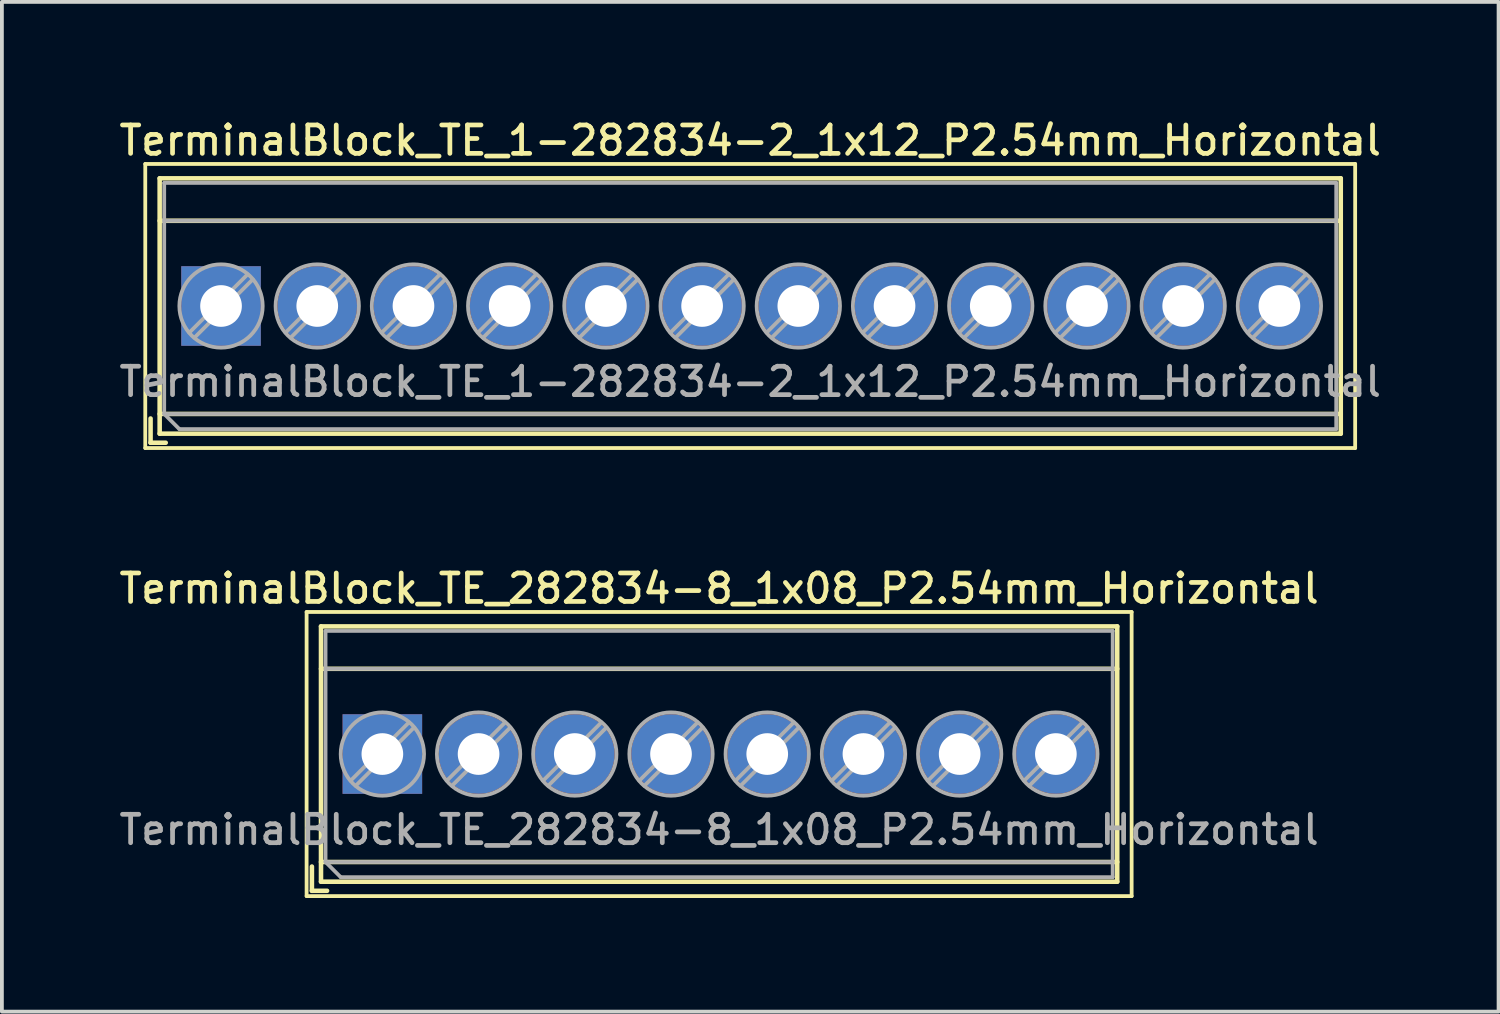
<source format=kicad_pcb>
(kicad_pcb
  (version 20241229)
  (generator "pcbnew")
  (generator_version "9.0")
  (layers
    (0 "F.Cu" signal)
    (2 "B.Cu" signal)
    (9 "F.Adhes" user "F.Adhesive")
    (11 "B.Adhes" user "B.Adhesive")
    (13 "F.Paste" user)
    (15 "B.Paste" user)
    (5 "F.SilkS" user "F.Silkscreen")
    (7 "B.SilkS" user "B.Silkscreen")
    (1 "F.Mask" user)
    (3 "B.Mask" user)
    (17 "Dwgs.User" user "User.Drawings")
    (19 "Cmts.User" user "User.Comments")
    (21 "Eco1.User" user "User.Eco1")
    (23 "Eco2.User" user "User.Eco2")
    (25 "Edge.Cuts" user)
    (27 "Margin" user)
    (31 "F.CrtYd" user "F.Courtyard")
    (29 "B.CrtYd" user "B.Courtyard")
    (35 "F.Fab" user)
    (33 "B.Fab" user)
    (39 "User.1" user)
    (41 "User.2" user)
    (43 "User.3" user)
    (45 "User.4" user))
  (footprint "TerminalBlock_TE_282834-8_1x08_P2.54mm_Horizontal"
    (layer "F.Cu")
    (at 7.044 16.856)
    (property "Reference" "TerminalBlock_TE_282834-8_1x08_P2.54mm_Horizontal" (at 8.89 -4.37 0) (layer "F.SilkS") (effects (font (size 0.75 0.75) (thickness 0.125))))
    (attr through_hole)
    (fp_line (start -2 -3.75) (end -2 3.75) (stroke (width 0.1) (type solid)) (layer "F.SilkS"))
    (fp_line (start -2 3.75) (end 19.78 3.75) (stroke (width 0.1) (type solid)) (layer "F.SilkS"))
    (fp_line (start -1.86 2.97) (end -1.86 3.61) (stroke (width 0.12) (type solid)) (layer "F.SilkS"))
    (fp_line (start -1.86 3.61) (end -1.46 3.61) (stroke (width 0.12) (type solid)) (layer "F.SilkS"))
    (fp_line (start -1.62 -3.37) (end -1.62 3.37) (stroke (width 0.12) (type solid)) (layer "F.SilkS"))
    (fp_line (start -1.62 -3.37) (end 19.4 -3.37) (stroke (width 0.12) (type solid)) (layer "F.SilkS"))
    (fp_line (start -1.62 -2.25) (end 19.4 -2.25) (stroke (width 0.12) (type solid)) (layer "F.SilkS"))
    (fp_line (start -1.62 2.85) (end 19.4 2.85) (stroke (width 0.12) (type solid)) (layer "F.SilkS"))
    (fp_line (start -1.62 3.37) (end 19.4 3.37) (stroke (width 0.12) (type solid)) (layer "F.SilkS"))
    (fp_line (start 19.4 -3.37) (end 19.4 3.37) (stroke (width 0.12) (type solid)) (layer "F.SilkS"))
    (fp_line (start 19.78 -3.75) (end -2 -3.75) (stroke (width 0.1) (type solid)) (layer "F.SilkS"))
    (fp_line (start 19.78 3.75) (end 19.78 -3.75) (stroke (width 0.1) (type solid)) (layer "F.SilkS"))
    (fp_line (start -1.5 -3.25) (end 19.28 -3.25) (stroke (width 0.1) (type solid)) (layer "F.Fab"))
    (fp_line (start -1.5 -2.25) (end 19.28 -2.25) (stroke (width 0.1) (type solid)) (layer "F.Fab"))
    (fp_line (start -1.5 2.85) (end -1.5 -3.25) (stroke (width 0.1) (type solid)) (layer "F.Fab"))
    (fp_line (start -1.5 2.85) (end 19.28 2.85) (stroke (width 0.1) (type solid)) (layer "F.Fab"))
    (fp_line (start -1.1 3.25) (end -1.5 2.85) (stroke (width 0.1) (type solid)) (layer "F.Fab"))
    (fp_line (start 0.701 -0.835) (end -0.835 0.7) (stroke (width 0.1) (type solid)) (layer "F.Fab"))
    (fp_line (start 0.835 -0.7) (end -0.701 0.835) (stroke (width 0.1) (type solid)) (layer "F.Fab"))
    (fp_line (start 3.241 -0.835) (end 1.706 0.7) (stroke (width 0.1) (type solid)) (layer "F.Fab"))
    (fp_line (start 3.375 -0.7) (end 1.84 0.835) (stroke (width 0.1) (type solid)) (layer "F.Fab"))
    (fp_line (start 5.781 -0.835) (end 4.246 0.7) (stroke (width 0.1) (type solid)) (layer "F.Fab"))
    (fp_line (start 5.915 -0.7) (end 4.38 0.835) (stroke (width 0.1) (type solid)) (layer "F.Fab"))
    (fp_line (start 8.321 -0.835) (end 6.786 0.7) (stroke (width 0.1) (type solid)) (layer "F.Fab"))
    (fp_line (start 8.455 -0.7) (end 6.92 0.835) (stroke (width 0.1) (type solid)) (layer "F.Fab"))
    (fp_line (start 10.861 -0.835) (end 9.326 0.7) (stroke (width 0.1) (type solid)) (layer "F.Fab"))
    (fp_line (start 10.995 -0.7) (end 9.46 0.835) (stroke (width 0.1) (type solid)) (layer "F.Fab"))
    (fp_line (start 13.401 -0.835) (end 11.866 0.7) (stroke (width 0.1) (type solid)) (layer "F.Fab"))
    (fp_line (start 13.535 -0.7) (end 12 0.835) (stroke (width 0.1) (type solid)) (layer "F.Fab"))
    (fp_line (start 15.941 -0.835) (end 14.406 0.7) (stroke (width 0.1) (type solid)) (layer "F.Fab"))
    (fp_line (start 16.075 -0.7) (end 14.54 0.835) (stroke (width 0.1) (type solid)) (layer "F.Fab"))
    (fp_line (start 18.481 -0.835) (end 16.946 0.7) (stroke (width 0.1) (type solid)) (layer "F.Fab"))
    (fp_line (start 18.615 -0.7) (end 17.08 0.835) (stroke (width 0.1) (type solid)) (layer "F.Fab"))
    (fp_line (start 19.28 -3.25) (end 19.28 3.25) (stroke (width 0.1) (type solid)) (layer "F.Fab"))
    (fp_line (start 19.28 3.25) (end -1.1 3.25) (stroke (width 0.1) (type solid)) (layer "F.Fab"))
    (fp_circle (center 0 0) (end 1.1 0) (stroke (width 0.1) (type solid)) (fill no) (layer "F.Fab"))
    (fp_circle (center 2.54 0) (end 3.64 0) (stroke (width 0.1) (type solid)) (fill no) (layer "F.Fab"))
    (fp_circle (center 5.08 0) (end 6.18 0) (stroke (width 0.1) (type solid)) (fill no) (layer "F.Fab"))
    (fp_circle (center 7.62 0) (end 8.72 0) (stroke (width 0.1) (type solid)) (fill no) (layer "F.Fab"))
    (fp_circle (center 10.16 0) (end 11.26 0) (stroke (width 0.1) (type solid)) (fill no) (layer "F.Fab"))
    (fp_circle (center 12.7 0) (end 13.8 0) (stroke (width 0.1) (type solid)) (fill no) (layer "F.Fab"))
    (fp_circle (center 15.24 0) (end 16.34 0) (stroke (width 0.1) (type solid)) (fill no) (layer "F.Fab"))
    (fp_circle (center 17.78 0) (end 18.88 0) (stroke (width 0.1) (type solid)) (fill no) (layer "F.Fab"))
    (fp_text user "${REFERENCE}" (at 8.89 2 0) (layer "F.Fab") (effects (font (size 0.75 0.75) (thickness 0.125))))
    (pad "1" thru_hole rect (at 0 0) (size 2.1 2.1) (drill 1.1) (layers "*.Cu" "*.Mask"))
    (pad "2" thru_hole circle (at 2.54 0) (size 2.1 2.1) (drill 1.1) (layers "*.Cu" "*.Mask"))
    (pad "3" thru_hole circle (at 5.08 0) (size 2.1 2.1) (drill 1.1) (layers "*.Cu" "*.Mask"))
    (pad "4" thru_hole circle (at 7.62 0) (size 2.1 2.1) (drill 1.1) (layers "*.Cu" "*.Mask"))
    (pad "5" thru_hole circle (at 10.16 0) (size 2.1 2.1) (drill 1.1) (layers "*.Cu" "*.Mask"))
    (pad "6" thru_hole circle (at 12.7 0) (size 2.1 2.1) (drill 1.1) (layers "*.Cu" "*.Mask"))
    (pad "7" thru_hole circle (at 15.24 0) (size 2.1 2.1) (drill 1.1) (layers "*.Cu" "*.Mask"))
    (pad "8" thru_hole circle (at 17.78 0) (size 2.1 2.1) (drill 1.1) (layers "*.Cu" "*.Mask")))
  (footprint "TerminalBlock_TE_1-282834-2_1x12_P2.54mm_Horizontal"
    (layer "F.Cu")
    (at 2.785 5.028)
    (property "Reference" "TerminalBlock_TE_1-282834-2_1x12_P2.54mm_Horizontal" (at 13.97 -4.37 0) (layer "F.SilkS") (effects (font (size 0.75 0.75) (thickness 0.125))))
    (attr through_hole)
    (fp_line (start -2 -3.75) (end -2 3.75) (stroke (width 0.1) (type solid)) (layer "F.SilkS"))
    (fp_line (start -2 3.75) (end 29.94 3.75) (stroke (width 0.1) (type solid)) (layer "F.SilkS"))
    (fp_line (start -1.86 2.97) (end -1.86 3.61) (stroke (width 0.12) (type solid)) (layer "F.SilkS"))
    (fp_line (start -1.86 3.61) (end -1.46 3.61) (stroke (width 0.12) (type solid)) (layer "F.SilkS"))
    (fp_line (start -1.62 -3.37) (end -1.62 3.37) (stroke (width 0.12) (type solid)) (layer "F.SilkS"))
    (fp_line (start -1.62 -3.37) (end 29.56 -3.37) (stroke (width 0.12) (type solid)) (layer "F.SilkS"))
    (fp_line (start -1.62 -2.25) (end 29.56 -2.25) (stroke (width 0.12) (type solid)) (layer "F.SilkS"))
    (fp_line (start -1.62 2.85) (end 29.56 2.85) (stroke (width 0.12) (type solid)) (layer "F.SilkS"))
    (fp_line (start -1.62 3.37) (end 29.56 3.37) (stroke (width 0.12) (type solid)) (layer "F.SilkS"))
    (fp_line (start 29.56 -3.37) (end 29.56 3.37) (stroke (width 0.12) (type solid)) (layer "F.SilkS"))
    (fp_line (start 29.94 -3.75) (end -2 -3.75) (stroke (width 0.1) (type solid)) (layer "F.SilkS"))
    (fp_line (start 29.94 3.75) (end 29.94 -3.75) (stroke (width 0.1) (type solid)) (layer "F.SilkS"))
    (fp_line (start -1.5 -3.25) (end 29.44 -3.25) (stroke (width 0.1) (type solid)) (layer "F.Fab"))
    (fp_line (start -1.5 -2.25) (end 29.44 -2.25) (stroke (width 0.1) (type solid)) (layer "F.Fab"))
    (fp_line (start -1.5 2.85) (end -1.5 -3.25) (stroke (width 0.1) (type solid)) (layer "F.Fab"))
    (fp_line (start -1.5 2.85) (end 29.44 2.85) (stroke (width 0.1) (type solid)) (layer "F.Fab"))
    (fp_line (start -1.1 3.25) (end -1.5 2.85) (stroke (width 0.1) (type solid)) (layer "F.Fab"))
    (fp_line (start 0.701 -0.835) (end -0.835 0.7) (stroke (width 0.1) (type solid)) (layer "F.Fab"))
    (fp_line (start 0.835 -0.7) (end -0.701 0.835) (stroke (width 0.1) (type solid)) (layer "F.Fab"))
    (fp_line (start 3.241 -0.835) (end 1.706 0.7) (stroke (width 0.1) (type solid)) (layer "F.Fab"))
    (fp_line (start 3.375 -0.7) (end 1.84 0.835) (stroke (width 0.1) (type solid)) (layer "F.Fab"))
    (fp_line (start 5.781 -0.835) (end 4.246 0.7) (stroke (width 0.1) (type solid)) (layer "F.Fab"))
    (fp_line (start 5.915 -0.7) (end 4.38 0.835) (stroke (width 0.1) (type solid)) (layer "F.Fab"))
    (fp_line (start 8.321 -0.835) (end 6.786 0.7) (stroke (width 0.1) (type solid)) (layer "F.Fab"))
    (fp_line (start 8.455 -0.7) (end 6.92 0.835) (stroke (width 0.1) (type solid)) (layer "F.Fab"))
    (fp_line (start 10.861 -0.835) (end 9.326 0.7) (stroke (width 0.1) (type solid)) (layer "F.Fab"))
    (fp_line (start 10.995 -0.7) (end 9.46 0.835) (stroke (width 0.1) (type solid)) (layer "F.Fab"))
    (fp_line (start 13.401 -0.835) (end 11.866 0.7) (stroke (width 0.1) (type solid)) (layer "F.Fab"))
    (fp_line (start 13.535 -0.7) (end 12 0.835) (stroke (width 0.1) (type solid)) (layer "F.Fab"))
    (fp_line (start 15.941 -0.835) (end 14.406 0.7) (stroke (width 0.1) (type solid)) (layer "F.Fab"))
    (fp_line (start 16.075 -0.7) (end 14.54 0.835) (stroke (width 0.1) (type solid)) (layer "F.Fab"))
    (fp_line (start 18.481 -0.835) (end 16.946 0.7) (stroke (width 0.1) (type solid)) (layer "F.Fab"))
    (fp_line (start 18.615 -0.7) (end 17.08 0.835) (stroke (width 0.1) (type solid)) (layer "F.Fab"))
    (fp_line (start 21.021 -0.835) (end 19.486 0.7) (stroke (width 0.1) (type solid)) (layer "F.Fab"))
    (fp_line (start 21.155 -0.7) (end 19.62 0.835) (stroke (width 0.1) (type solid)) (layer "F.Fab"))
    (fp_line (start 23.561 -0.835) (end 22.026 0.7) (stroke (width 0.1) (type solid)) (layer "F.Fab"))
    (fp_line (start 23.695 -0.7) (end 22.16 0.835) (stroke (width 0.1) (type solid)) (layer "F.Fab"))
    (fp_line (start 26.101 -0.835) (end 24.566 0.7) (stroke (width 0.1) (type solid)) (layer "F.Fab"))
    (fp_line (start 26.235 -0.7) (end 24.7 0.835) (stroke (width 0.1) (type solid)) (layer "F.Fab"))
    (fp_line (start 28.641 -0.835) (end 27.106 0.7) (stroke (width 0.1) (type solid)) (layer "F.Fab"))
    (fp_line (start 28.775 -0.7) (end 27.24 0.835) (stroke (width 0.1) (type solid)) (layer "F.Fab"))
    (fp_line (start 29.44 -3.25) (end 29.44 3.25) (stroke (width 0.1) (type solid)) (layer "F.Fab"))
    (fp_line (start 29.44 3.25) (end -1.1 3.25) (stroke (width 0.1) (type solid)) (layer "F.Fab"))
    (fp_circle (center 0 0) (end 1.1 0) (stroke (width 0.1) (type solid)) (fill no) (layer "F.Fab"))
    (fp_circle (center 2.54 0) (end 3.64 0) (stroke (width 0.1) (type solid)) (fill no) (layer "F.Fab"))
    (fp_circle (center 5.08 0) (end 6.18 0) (stroke (width 0.1) (type solid)) (fill no) (layer "F.Fab"))
    (fp_circle (center 7.62 0) (end 8.72 0) (stroke (width 0.1) (type solid)) (fill no) (layer "F.Fab"))
    (fp_circle (center 10.16 0) (end 11.26 0) (stroke (width 0.1) (type solid)) (fill no) (layer "F.Fab"))
    (fp_circle (center 12.7 0) (end 13.8 0) (stroke (width 0.1) (type solid)) (fill no) (layer "F.Fab"))
    (fp_circle (center 15.24 0) (end 16.34 0) (stroke (width 0.1) (type solid)) (fill no) (layer "F.Fab"))
    (fp_circle (center 17.78 0) (end 18.88 0) (stroke (width 0.1) (type solid)) (fill no) (layer "F.Fab"))
    (fp_circle (center 20.32 0) (end 21.42 0) (stroke (width 0.1) (type solid)) (fill no) (layer "F.Fab"))
    (fp_circle (center 22.86 0) (end 23.96 0) (stroke (width 0.1) (type solid)) (fill no) (layer "F.Fab"))
    (fp_circle (center 25.4 0) (end 26.5 0) (stroke (width 0.1) (type solid)) (fill no) (layer "F.Fab"))
    (fp_circle (center 27.94 0) (end 29.04 0) (stroke (width 0.1) (type solid)) (fill no) (layer "F.Fab"))
    (fp_text user "${REFERENCE}" (at 13.97 2 0) (layer "F.Fab") (effects (font (size 0.75 0.75) (thickness 0.125))))
    (pad "1" thru_hole rect (at 0 0) (size 2.1 2.1) (drill 1.1) (layers "*.Cu" "*.Mask"))
    (pad "2" thru_hole circle (at 2.54 0) (size 2.1 2.1) (drill 1.1) (layers "*.Cu" "*.Mask"))
    (pad "3" thru_hole circle (at 5.08 0) (size 2.1 2.1) (drill 1.1) (layers "*.Cu" "*.Mask"))
    (pad "4" thru_hole circle (at 7.62 0) (size 2.1 2.1) (drill 1.1) (layers "*.Cu" "*.Mask"))
    (pad "5" thru_hole circle (at 10.16 0) (size 2.1 2.1) (drill 1.1) (layers "*.Cu" "*.Mask"))
    (pad "6" thru_hole circle (at 12.7 0) (size 2.1 2.1) (drill 1.1) (layers "*.Cu" "*.Mask"))
    (pad "7" thru_hole circle (at 15.24 0) (size 2.1 2.1) (drill 1.1) (layers "*.Cu" "*.Mask"))
    (pad "8" thru_hole circle (at 17.78 0) (size 2.1 2.1) (drill 1.1) (layers "*.Cu" "*.Mask"))
    (pad "9" thru_hole circle (at 20.32 0) (size 2.1 2.1) (drill 1.1) (layers "*.Cu" "*.Mask"))
    (pad "10" thru_hole circle (at 22.86 0) (size 2.1 2.1) (drill 1.1) (layers "*.Cu" "*.Mask"))
    (pad "11" thru_hole circle (at 25.4 0) (size 2.1 2.1) (drill 1.1) (layers "*.Cu" "*.Mask"))
    (pad "12" thru_hole circle (at 27.94 0) (size 2.1 2.1) (drill 1.1) (layers "*.Cu" "*.Mask")))
  (gr_rect
    (start -3 -3)
    (end 36.511 23.656)
    (stroke (width 0.1) (type default))
    (fill no)
    (layer "Edge.Cuts")))
</source>
